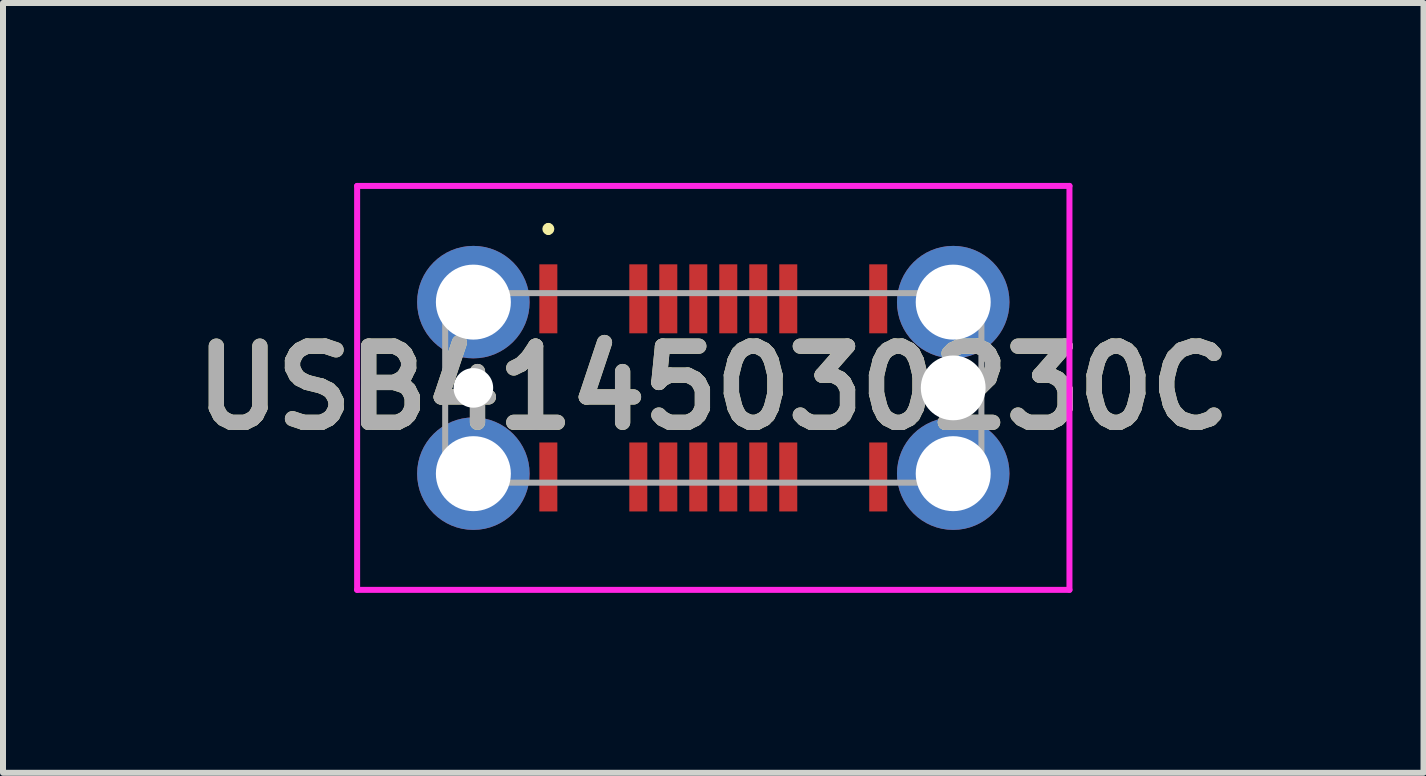
<source format=kicad_pcb>
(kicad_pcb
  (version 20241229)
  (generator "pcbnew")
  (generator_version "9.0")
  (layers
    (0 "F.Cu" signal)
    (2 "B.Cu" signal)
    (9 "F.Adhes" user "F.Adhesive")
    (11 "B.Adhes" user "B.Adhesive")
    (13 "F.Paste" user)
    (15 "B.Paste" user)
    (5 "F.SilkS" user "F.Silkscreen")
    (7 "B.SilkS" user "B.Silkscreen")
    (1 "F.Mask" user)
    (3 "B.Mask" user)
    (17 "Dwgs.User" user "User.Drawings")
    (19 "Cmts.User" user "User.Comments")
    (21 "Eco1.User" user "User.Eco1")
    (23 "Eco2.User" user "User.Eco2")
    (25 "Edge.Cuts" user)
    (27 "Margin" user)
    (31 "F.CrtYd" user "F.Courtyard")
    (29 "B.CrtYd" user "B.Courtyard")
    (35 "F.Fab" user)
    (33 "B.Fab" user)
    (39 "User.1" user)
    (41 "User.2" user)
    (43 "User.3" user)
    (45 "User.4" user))
  (footprint "USB4145030230C"
    (layer "F.Cu")
    (at 8.842 3.417)
    (property "Reference" "USB4145030230C" (at 0 0 0) (layer "F.SilkS") (effects (font (size 1.27 1.27) (thickness 0.254))))
    (attr through_hole)
    (fp_line (start -2.75 -2.7) (end -2.75 -2.7) (stroke (width 0.1) (type solid)) (layer "F.SilkS"))
    (fp_line (start -2.75 -2.6) (end -2.75 -2.6) (stroke (width 0.1) (type solid)) (layer "F.SilkS"))
    (fp_arc (start -2.75 -2.7) (mid -2.7 -2.65) (end -2.75 -2.6) (stroke (width 0.1) (type solid)) (layer "F.SilkS"))
    (fp_arc (start -2.75 -2.6) (mid -2.8 -2.65) (end -2.75 -2.7) (stroke (width 0.1) (type solid)) (layer "F.SilkS"))
    (fp_line (start -5.938 -3.367) (end 5.938 -3.367) (stroke (width 0.1) (type solid)) (layer "F.CrtYd"))
    (fp_line (start -5.938 3.367) (end -5.938 -3.367) (stroke (width 0.1) (type solid)) (layer "F.CrtYd"))
    (fp_line (start 5.938 -3.367) (end 5.938 3.367) (stroke (width 0.1) (type solid)) (layer "F.CrtYd"))
    (fp_line (start 5.938 3.367) (end -5.938 3.367) (stroke (width 0.1) (type solid)) (layer "F.CrtYd"))
    (fp_line (start -4.47 -1.58) (end 4.47 -1.58) (stroke (width 0.1) (type solid)) (layer "F.Fab"))
    (fp_line (start -4.47 1.58) (end -4.47 -1.58) (stroke (width 0.1) (type solid)) (layer "F.Fab"))
    (fp_line (start 4.47 -1.58) (end 4.47 1.58) (stroke (width 0.1) (type solid)) (layer "F.Fab"))
    (fp_line (start 4.47 1.58) (end -4.47 1.58) (stroke (width 0.1) (type solid)) (layer "F.Fab"))
    (fp_text user "${REFERENCE}" (at 0 0 0) (layer "F.Fab") (effects (font (size 1.27 1.27) (thickness 0.254))))
    (pad "" np_thru_hole circle (at -4 0) (size 0.66 0.66) (drill 0.66) (layers "*.Cu" "*.Mask"))
    (pad "" np_thru_hole circle (at 4 0) (size 1.08 1.08) (drill 1.08) (layers "*.Cu" "*.Mask"))
    (pad "A1" smd rect (at -2.75 -1.485) (size 0.3 1.15) (layers "F.Cu" "F.Mask"))
    (pad "A4" smd rect (at -1.25 -1.485) (size 0.3 1.15) (layers "F.Cu" "F.Mask"))
    (pad "A5" smd rect (at -0.75 -1.485) (size 0.3 1.15) (layers "F.Cu" "F.Mask"))
    (pad "A6" smd rect (at -0.25 -1.485) (size 0.3 1.15) (layers "F.Cu" "F.Mask"))
    (pad "A7" smd rect (at 0.25 -1.485) (size 0.3 1.15) (layers "F.Cu" "F.Mask"))
    (pad "A8" smd rect (at 0.75 -1.485) (size 0.3 1.15) (layers "F.Cu" "F.Mask"))
    (pad "A9" smd rect (at 1.25 -1.485) (size 0.3 1.15) (layers "F.Cu" "F.Mask"))
    (pad "A12" smd rect (at 2.75 -1.485) (size 0.3 1.15) (layers "F.Cu" "F.Mask"))
    (pad "B1" smd rect (at 2.75 1.485) (size 0.3 1.15) (layers "F.Cu" "F.Mask"))
    (pad "B4" smd rect (at 1.25 1.485) (size 0.3 1.15) (layers "F.Cu" "F.Mask"))
    (pad "B5" smd rect (at 0.75 1.485) (size 0.3 1.15) (layers "F.Cu" "F.Mask"))
    (pad "B6" smd rect (at 0.25 1.485) (size 0.3 1.15) (layers "F.Cu" "F.Mask"))
    (pad "B7" smd rect (at -0.25 1.485) (size 0.3 1.15) (layers "F.Cu" "F.Mask"))
    (pad "B8" smd rect (at -0.75 1.485) (size 0.3 1.15) (layers "F.Cu" "F.Mask"))
    (pad "B9" smd rect (at -1.25 1.485) (size 0.3 1.15) (layers "F.Cu" "F.Mask"))
    (pad "B12" smd rect (at -2.75 1.485) (size 0.3 1.15) (layers "F.Cu" "F.Mask"))
    (pad "MH1" thru_hole circle (at -4 -1.43) (size 1.875 1.875) (drill 1.25) (layers "*.Cu" "*.Mask"))
    (pad "MH2" thru_hole circle (at 4 -1.43) (size 1.875 1.875) (drill 1.25) (layers "*.Cu" "*.Mask"))
    (pad "MH3" thru_hole circle (at -4 1.43) (size 1.875 1.875) (drill 1.25) (layers "*.Cu" "*.Mask"))
    (pad "MH4" thru_hole circle (at 4 1.43) (size 1.875 1.875) (drill 1.25) (layers "*.Cu" "*.Mask")))
  (gr_rect
    (start -3 -3)
    (end 20.683 9.834)
    (stroke (width 0.1) (type default))
    (fill no)
    (layer "Edge.Cuts")))
</source>
